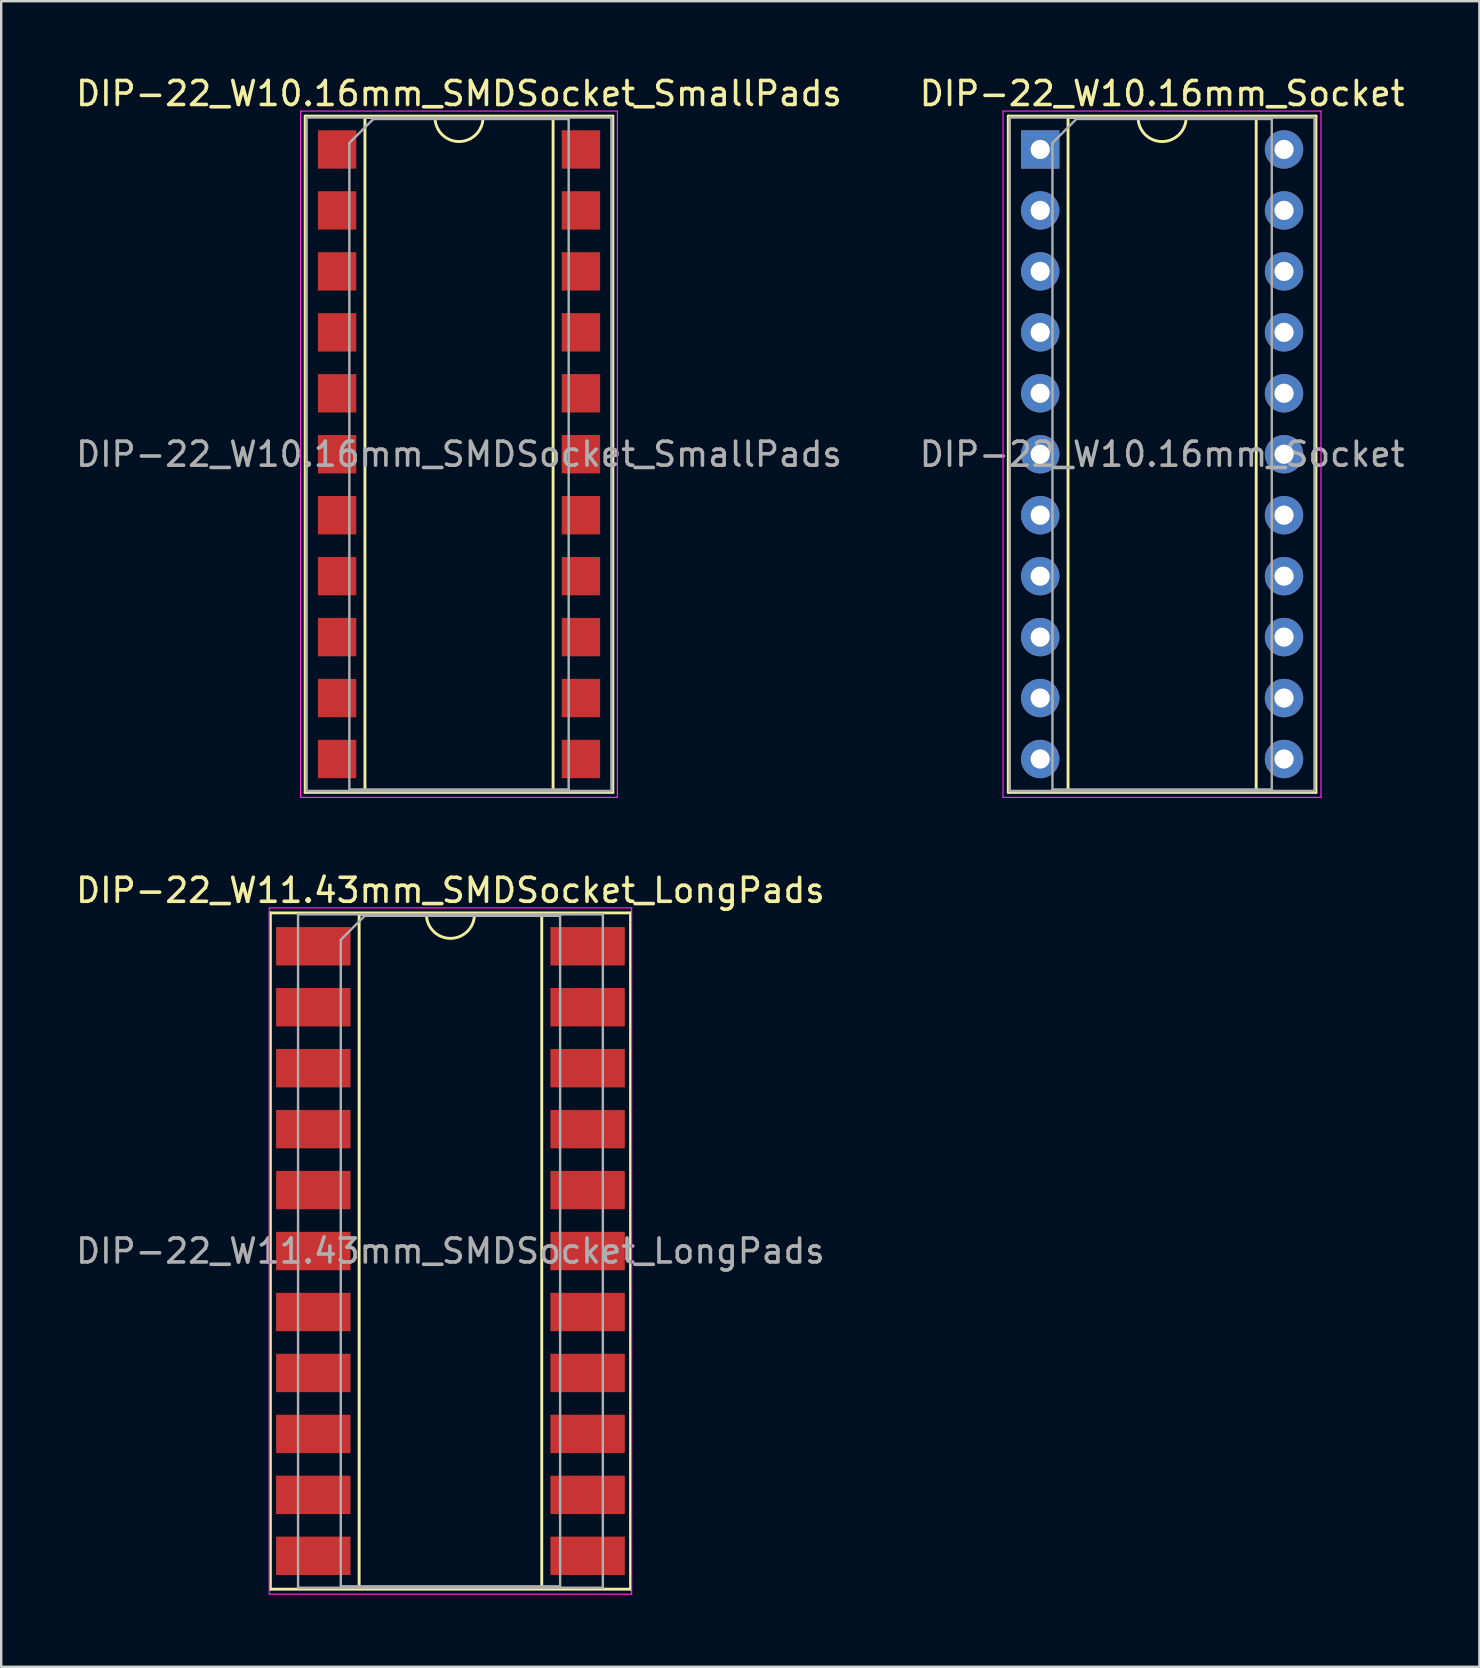
<source format=kicad_pcb>
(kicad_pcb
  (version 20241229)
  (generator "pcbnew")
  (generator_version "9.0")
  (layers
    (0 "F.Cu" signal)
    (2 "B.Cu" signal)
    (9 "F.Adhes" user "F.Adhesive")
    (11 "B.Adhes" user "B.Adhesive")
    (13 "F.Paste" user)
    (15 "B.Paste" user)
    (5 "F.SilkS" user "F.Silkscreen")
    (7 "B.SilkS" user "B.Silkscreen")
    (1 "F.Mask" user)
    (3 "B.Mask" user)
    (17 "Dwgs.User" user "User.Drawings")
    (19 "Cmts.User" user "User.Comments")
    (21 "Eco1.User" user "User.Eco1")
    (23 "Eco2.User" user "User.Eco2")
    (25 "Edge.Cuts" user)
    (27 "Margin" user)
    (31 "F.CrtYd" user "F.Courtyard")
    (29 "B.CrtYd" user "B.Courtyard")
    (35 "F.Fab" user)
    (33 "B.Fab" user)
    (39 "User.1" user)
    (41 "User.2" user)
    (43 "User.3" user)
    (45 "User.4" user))
  (footprint "DIP-22_W10.16mm_Socket"
    (layer "F.Cu")
    (at 40.295 3.178)
    (property "Reference" "DIP-22_W10.16mm_Socket" (at 5.08 -2.33 0) (layer "F.SilkS") (effects (font (size 1 1) (thickness 0.15))))
    (attr through_hole)
    (fp_line (start -1.33 -1.39) (end -1.33 26.79) (stroke (width 0.12) (type solid)) (layer "F.SilkS"))
    (fp_line (start -1.33 26.79) (end 11.49 26.79) (stroke (width 0.12) (type solid)) (layer "F.SilkS"))
    (fp_line (start 1.16 -1.33) (end 1.16 26.73) (stroke (width 0.12) (type solid)) (layer "F.SilkS"))
    (fp_line (start 1.16 26.73) (end 9 26.73) (stroke (width 0.12) (type solid)) (layer "F.SilkS"))
    (fp_line (start 4.08 -1.33) (end 1.16 -1.33) (stroke (width 0.12) (type solid)) (layer "F.SilkS"))
    (fp_line (start 9 -1.33) (end 6.08 -1.33) (stroke (width 0.12) (type solid)) (layer "F.SilkS"))
    (fp_line (start 9 26.73) (end 9 -1.33) (stroke (width 0.12) (type solid)) (layer "F.SilkS"))
    (fp_line (start 11.49 -1.39) (end -1.33 -1.39) (stroke (width 0.12) (type solid)) (layer "F.SilkS"))
    (fp_line (start 11.49 26.79) (end 11.49 -1.39) (stroke (width 0.12) (type solid)) (layer "F.SilkS"))
    (fp_arc (start 6.08 -1.33) (mid 5.08 -0.33) (end 4.08 -1.33) (stroke (width 0.12) (type solid)) (layer "F.SilkS"))
    (fp_line (start -1.55 -1.6) (end -1.55 27) (stroke (width 0.05) (type solid)) (layer "F.CrtYd"))
    (fp_line (start -1.55 27) (end 11.7 27) (stroke (width 0.05) (type solid)) (layer "F.CrtYd"))
    (fp_line (start 11.7 -1.6) (end -1.55 -1.6) (stroke (width 0.05) (type solid)) (layer "F.CrtYd"))
    (fp_line (start 11.7 27) (end 11.7 -1.6) (stroke (width 0.05) (type solid)) (layer "F.CrtYd"))
    (fp_line (start -1.27 -1.33) (end -1.27 26.73) (stroke (width 0.1) (type solid)) (layer "F.Fab"))
    (fp_line (start -1.27 26.73) (end 11.43 26.73) (stroke (width 0.1) (type solid)) (layer "F.Fab"))
    (fp_line (start 0.51 -0.27) (end 1.51 -1.27) (stroke (width 0.1) (type solid)) (layer "F.Fab"))
    (fp_line (start 0.51 26.67) (end 0.51 -0.27) (stroke (width 0.1) (type solid)) (layer "F.Fab"))
    (fp_line (start 1.51 -1.27) (end 9.65 -1.27) (stroke (width 0.1) (type solid)) (layer "F.Fab"))
    (fp_line (start 9.65 -1.27) (end 9.65 26.67) (stroke (width 0.1) (type solid)) (layer "F.Fab"))
    (fp_line (start 9.65 26.67) (end 0.51 26.67) (stroke (width 0.1) (type solid)) (layer "F.Fab"))
    (fp_line (start 11.43 -1.33) (end -1.27 -1.33) (stroke (width 0.1) (type solid)) (layer "F.Fab"))
    (fp_line (start 11.43 26.73) (end 11.43 -1.33) (stroke (width 0.1) (type solid)) (layer "F.Fab"))
    (fp_text user "${REFERENCE}" (at 5.08 12.7 0) (layer "F.Fab") (effects (font (size 1 1) (thickness 0.15))))
    (pad "1" thru_hole rect (at 0 0) (size 1.6 1.6) (drill 0.8) (layers "*.Cu" "*.Mask"))
    (pad "2" thru_hole oval (at 0 2.54) (size 1.6 1.6) (drill 0.8) (layers "*.Cu" "*.Mask"))
    (pad "3" thru_hole oval (at 0 5.08) (size 1.6 1.6) (drill 0.8) (layers "*.Cu" "*.Mask"))
    (pad "4" thru_hole oval (at 0 7.62) (size 1.6 1.6) (drill 0.8) (layers "*.Cu" "*.Mask"))
    (pad "5" thru_hole oval (at 0 10.16) (size 1.6 1.6) (drill 0.8) (layers "*.Cu" "*.Mask"))
    (pad "6" thru_hole oval (at 0 12.7) (size 1.6 1.6) (drill 0.8) (layers "*.Cu" "*.Mask"))
    (pad "7" thru_hole oval (at 0 15.24) (size 1.6 1.6) (drill 0.8) (layers "*.Cu" "*.Mask"))
    (pad "8" thru_hole oval (at 0 17.78) (size 1.6 1.6) (drill 0.8) (layers "*.Cu" "*.Mask"))
    (pad "9" thru_hole oval (at 0 20.32) (size 1.6 1.6) (drill 0.8) (layers "*.Cu" "*.Mask"))
    (pad "10" thru_hole oval (at 0 22.86) (size 1.6 1.6) (drill 0.8) (layers "*.Cu" "*.Mask"))
    (pad "11" thru_hole oval (at 0 25.4) (size 1.6 1.6) (drill 0.8) (layers "*.Cu" "*.Mask"))
    (pad "12" thru_hole oval (at 10.16 25.4) (size 1.6 1.6) (drill 0.8) (layers "*.Cu" "*.Mask"))
    (pad "13" thru_hole oval (at 10.16 22.86) (size 1.6 1.6) (drill 0.8) (layers "*.Cu" "*.Mask"))
    (pad "14" thru_hole oval (at 10.16 20.32) (size 1.6 1.6) (drill 0.8) (layers "*.Cu" "*.Mask"))
    (pad "15" thru_hole oval (at 10.16 17.78) (size 1.6 1.6) (drill 0.8) (layers "*.Cu" "*.Mask"))
    (pad "16" thru_hole oval (at 10.16 15.24) (size 1.6 1.6) (drill 0.8) (layers "*.Cu" "*.Mask"))
    (pad "17" thru_hole oval (at 10.16 12.7) (size 1.6 1.6) (drill 0.8) (layers "*.Cu" "*.Mask"))
    (pad "18" thru_hole oval (at 10.16 10.16) (size 1.6 1.6) (drill 0.8) (layers "*.Cu" "*.Mask"))
    (pad "19" thru_hole oval (at 10.16 7.62) (size 1.6 1.6) (drill 0.8) (layers "*.Cu" "*.Mask"))
    (pad "20" thru_hole oval (at 10.16 5.08) (size 1.6 1.6) (drill 0.8) (layers "*.Cu" "*.Mask"))
    (pad "21" thru_hole oval (at 10.16 2.54) (size 1.6 1.6) (drill 0.8) (layers "*.Cu" "*.Mask"))
    (pad "22" thru_hole oval (at 10.16 0) (size 1.6 1.6) (drill 0.8) (layers "*.Cu" "*.Mask")))
  (footprint "DIP-22_W10.16mm_SMDSocket_SmallPads"
    (layer "F.Cu")
    (at 16.077 15.878)
    (property "Reference" "DIP-22_W10.16mm_SMDSocket_SmallPads" (at 0 -15.03 0) (layer "F.SilkS") (effects (font (size 1 1) (thickness 0.15))))
    (attr smd)
    (fp_line (start -6.41 -14.09) (end -6.41 14.09) (stroke (width 0.12) (type solid)) (layer "F.SilkS"))
    (fp_line (start -6.41 14.09) (end 6.41 14.09) (stroke (width 0.12) (type solid)) (layer "F.SilkS"))
    (fp_line (start -3.92 -14.03) (end -3.92 14.03) (stroke (width 0.12) (type solid)) (layer "F.SilkS"))
    (fp_line (start -3.92 14.03) (end 3.92 14.03) (stroke (width 0.12) (type solid)) (layer "F.SilkS"))
    (fp_line (start -1 -14.03) (end -3.92 -14.03) (stroke (width 0.12) (type solid)) (layer "F.SilkS"))
    (fp_line (start 3.92 -14.03) (end 1 -14.03) (stroke (width 0.12) (type solid)) (layer "F.SilkS"))
    (fp_line (start 3.92 14.03) (end 3.92 -14.03) (stroke (width 0.12) (type solid)) (layer "F.SilkS"))
    (fp_line (start 6.41 -14.09) (end -6.41 -14.09) (stroke (width 0.12) (type solid)) (layer "F.SilkS"))
    (fp_line (start 6.41 14.09) (end 6.41 -14.09) (stroke (width 0.12) (type solid)) (layer "F.SilkS"))
    (fp_arc (start 1 -14.03) (mid 0 -13.03) (end -1 -14.03) (stroke (width 0.12) (type solid)) (layer "F.SilkS"))
    (fp_line (start -6.6 -14.3) (end -6.6 14.3) (stroke (width 0.05) (type solid)) (layer "F.CrtYd"))
    (fp_line (start -6.6 14.3) (end 6.6 14.3) (stroke (width 0.05) (type solid)) (layer "F.CrtYd"))
    (fp_line (start 6.6 -14.3) (end -6.6 -14.3) (stroke (width 0.05) (type solid)) (layer "F.CrtYd"))
    (fp_line (start 6.6 14.3) (end 6.6 -14.3) (stroke (width 0.05) (type solid)) (layer "F.CrtYd"))
    (fp_line (start -6.35 -14.03) (end -6.35 14.03) (stroke (width 0.1) (type solid)) (layer "F.Fab"))
    (fp_line (start -6.35 14.03) (end 6.35 14.03) (stroke (width 0.1) (type solid)) (layer "F.Fab"))
    (fp_line (start -4.57 -12.97) (end -3.57 -13.97) (stroke (width 0.1) (type solid)) (layer "F.Fab"))
    (fp_line (start -4.57 13.97) (end -4.57 -12.97) (stroke (width 0.1) (type solid)) (layer "F.Fab"))
    (fp_line (start -3.57 -13.97) (end 4.57 -13.97) (stroke (width 0.1) (type solid)) (layer "F.Fab"))
    (fp_line (start 4.57 -13.97) (end 4.57 13.97) (stroke (width 0.1) (type solid)) (layer "F.Fab"))
    (fp_line (start 4.57 13.97) (end -4.57 13.97) (stroke (width 0.1) (type solid)) (layer "F.Fab"))
    (fp_line (start 6.35 -14.03) (end -6.35 -14.03) (stroke (width 0.1) (type solid)) (layer "F.Fab"))
    (fp_line (start 6.35 14.03) (end 6.35 -14.03) (stroke (width 0.1) (type solid)) (layer "F.Fab"))
    (fp_text user "${REFERENCE}" (at 0 0 0) (layer "F.Fab") (effects (font (size 1 1) (thickness 0.15))))
    (pad "1" smd rect (at -5.08 -12.7) (size 1.6 1.6) (layers "F.Cu" "F.Mask" "F.Paste"))
    (pad "2" smd rect (at -5.08 -10.16) (size 1.6 1.6) (layers "F.Cu" "F.Mask" "F.Paste"))
    (pad "3" smd rect (at -5.08 -7.62) (size 1.6 1.6) (layers "F.Cu" "F.Mask" "F.Paste"))
    (pad "4" smd rect (at -5.08 -5.08) (size 1.6 1.6) (layers "F.Cu" "F.Mask" "F.Paste"))
    (pad "5" smd rect (at -5.08 -2.54) (size 1.6 1.6) (layers "F.Cu" "F.Mask" "F.Paste"))
    (pad "6" smd rect (at -5.08 0) (size 1.6 1.6) (layers "F.Cu" "F.Mask" "F.Paste"))
    (pad "7" smd rect (at -5.08 2.54) (size 1.6 1.6) (layers "F.Cu" "F.Mask" "F.Paste"))
    (pad "8" smd rect (at -5.08 5.08) (size 1.6 1.6) (layers "F.Cu" "F.Mask" "F.Paste"))
    (pad "9" smd rect (at -5.08 7.62) (size 1.6 1.6) (layers "F.Cu" "F.Mask" "F.Paste"))
    (pad "10" smd rect (at -5.08 10.16) (size 1.6 1.6) (layers "F.Cu" "F.Mask" "F.Paste"))
    (pad "11" smd rect (at -5.08 12.7) (size 1.6 1.6) (layers "F.Cu" "F.Mask" "F.Paste"))
    (pad "12" smd rect (at 5.08 12.7) (size 1.6 1.6) (layers "F.Cu" "F.Mask" "F.Paste"))
    (pad "13" smd rect (at 5.08 10.16) (size 1.6 1.6) (layers "F.Cu" "F.Mask" "F.Paste"))
    (pad "14" smd rect (at 5.08 7.62) (size 1.6 1.6) (layers "F.Cu" "F.Mask" "F.Paste"))
    (pad "15" smd rect (at 5.08 5.08) (size 1.6 1.6) (layers "F.Cu" "F.Mask" "F.Paste"))
    (pad "16" smd rect (at 5.08 2.54) (size 1.6 1.6) (layers "F.Cu" "F.Mask" "F.Paste"))
    (pad "17" smd rect (at 5.08 0) (size 1.6 1.6) (layers "F.Cu" "F.Mask" "F.Paste"))
    (pad "18" smd rect (at 5.08 -2.54) (size 1.6 1.6) (layers "F.Cu" "F.Mask" "F.Paste"))
    (pad "19" smd rect (at 5.08 -5.08) (size 1.6 1.6) (layers "F.Cu" "F.Mask" "F.Paste"))
    (pad "20" smd rect (at 5.08 -7.62) (size 1.6 1.6) (layers "F.Cu" "F.Mask" "F.Paste"))
    (pad "21" smd rect (at 5.08 -10.16) (size 1.6 1.6) (layers "F.Cu" "F.Mask" "F.Paste"))
    (pad "22" smd rect (at 5.08 -12.7) (size 1.6 1.6) (layers "F.Cu" "F.Mask" "F.Paste")))
  (footprint "DIP-22_W11.43mm_SMDSocket_LongPads"
    (layer "F.Cu")
    (at 15.72 49.081)
    (property "Reference" "DIP-22_W11.43mm_SMDSocket_LongPads" (at 0 -15.03 0) (layer "F.SilkS") (effects (font (size 1 1) (thickness 0.15))))
    (attr smd)
    (fp_line (start -7.505 -14.09) (end -7.505 14.09) (stroke (width 0.12) (type solid)) (layer "F.SilkS"))
    (fp_line (start -7.505 14.09) (end 7.505 14.09) (stroke (width 0.12) (type solid)) (layer "F.SilkS"))
    (fp_line (start -3.805 -14.03) (end -3.805 14.03) (stroke (width 0.12) (type solid)) (layer "F.SilkS"))
    (fp_line (start -3.805 14.03) (end 3.805 14.03) (stroke (width 0.12) (type solid)) (layer "F.SilkS"))
    (fp_line (start -1 -14.03) (end -3.805 -14.03) (stroke (width 0.12) (type solid)) (layer "F.SilkS"))
    (fp_line (start 3.805 -14.03) (end 1 -14.03) (stroke (width 0.12) (type solid)) (layer "F.SilkS"))
    (fp_line (start 3.805 14.03) (end 3.805 -14.03) (stroke (width 0.12) (type solid)) (layer "F.SilkS"))
    (fp_line (start 7.505 -14.09) (end -7.505 -14.09) (stroke (width 0.12) (type solid)) (layer "F.SilkS"))
    (fp_line (start 7.505 14.09) (end 7.505 -14.09) (stroke (width 0.12) (type solid)) (layer "F.SilkS"))
    (fp_arc (start 1 -14.03) (mid 0 -13.03) (end -1 -14.03) (stroke (width 0.12) (type solid)) (layer "F.SilkS"))
    (fp_line (start -7.55 -14.3) (end -7.55 14.3) (stroke (width 0.05) (type solid)) (layer "F.CrtYd"))
    (fp_line (start -7.55 14.3) (end 7.55 14.3) (stroke (width 0.05) (type solid)) (layer "F.CrtYd"))
    (fp_line (start 7.55 -14.3) (end -7.55 -14.3) (stroke (width 0.05) (type solid)) (layer "F.CrtYd"))
    (fp_line (start 7.55 14.3) (end 7.55 -14.3) (stroke (width 0.05) (type solid)) (layer "F.CrtYd"))
    (fp_line (start -6.35 -14.03) (end -6.35 14.03) (stroke (width 0.1) (type solid)) (layer "F.Fab"))
    (fp_line (start -6.35 14.03) (end 6.35 14.03) (stroke (width 0.1) (type solid)) (layer "F.Fab"))
    (fp_line (start -4.57 -12.97) (end -3.57 -13.97) (stroke (width 0.1) (type solid)) (layer "F.Fab"))
    (fp_line (start -4.57 13.97) (end -4.57 -12.97) (stroke (width 0.1) (type solid)) (layer "F.Fab"))
    (fp_line (start -3.57 -13.97) (end 4.57 -13.97) (stroke (width 0.1) (type solid)) (layer "F.Fab"))
    (fp_line (start 4.57 -13.97) (end 4.57 13.97) (stroke (width 0.1) (type solid)) (layer "F.Fab"))
    (fp_line (start 4.57 13.97) (end -4.57 13.97) (stroke (width 0.1) (type solid)) (layer "F.Fab"))
    (fp_line (start 6.35 -14.03) (end -6.35 -14.03) (stroke (width 0.1) (type solid)) (layer "F.Fab"))
    (fp_line (start 6.35 14.03) (end 6.35 -14.03) (stroke (width 0.1) (type solid)) (layer "F.Fab"))
    (fp_text user "${REFERENCE}" (at 0 0 0) (layer "F.Fab") (effects (font (size 1 1) (thickness 0.15))))
    (pad "1" smd rect (at -5.715 -12.7) (size 3.1 1.6) (layers "F.Cu" "F.Mask" "F.Paste"))
    (pad "2" smd rect (at -5.715 -10.16) (size 3.1 1.6) (layers "F.Cu" "F.Mask" "F.Paste"))
    (pad "3" smd rect (at -5.715 -7.62) (size 3.1 1.6) (layers "F.Cu" "F.Mask" "F.Paste"))
    (pad "4" smd rect (at -5.715 -5.08) (size 3.1 1.6) (layers "F.Cu" "F.Mask" "F.Paste"))
    (pad "5" smd rect (at -5.715 -2.54) (size 3.1 1.6) (layers "F.Cu" "F.Mask" "F.Paste"))
    (pad "6" smd rect (at -5.715 0) (size 3.1 1.6) (layers "F.Cu" "F.Mask" "F.Paste"))
    (pad "7" smd rect (at -5.715 2.54) (size 3.1 1.6) (layers "F.Cu" "F.Mask" "F.Paste"))
    (pad "8" smd rect (at -5.715 5.08) (size 3.1 1.6) (layers "F.Cu" "F.Mask" "F.Paste"))
    (pad "9" smd rect (at -5.715 7.62) (size 3.1 1.6) (layers "F.Cu" "F.Mask" "F.Paste"))
    (pad "10" smd rect (at -5.715 10.16) (size 3.1 1.6) (layers "F.Cu" "F.Mask" "F.Paste"))
    (pad "11" smd rect (at -5.715 12.7) (size 3.1 1.6) (layers "F.Cu" "F.Mask" "F.Paste"))
    (pad "12" smd rect (at 5.715 12.7) (size 3.1 1.6) (layers "F.Cu" "F.Mask" "F.Paste"))
    (pad "13" smd rect (at 5.715 10.16) (size 3.1 1.6) (layers "F.Cu" "F.Mask" "F.Paste"))
    (pad "14" smd rect (at 5.715 7.62) (size 3.1 1.6) (layers "F.Cu" "F.Mask" "F.Paste"))
    (pad "15" smd rect (at 5.715 5.08) (size 3.1 1.6) (layers "F.Cu" "F.Mask" "F.Paste"))
    (pad "16" smd rect (at 5.715 2.54) (size 3.1 1.6) (layers "F.Cu" "F.Mask" "F.Paste"))
    (pad "17" smd rect (at 5.715 0) (size 3.1 1.6) (layers "F.Cu" "F.Mask" "F.Paste"))
    (pad "18" smd rect (at 5.715 -2.54) (size 3.1 1.6) (layers "F.Cu" "F.Mask" "F.Paste"))
    (pad "19" smd rect (at 5.715 -5.08) (size 3.1 1.6) (layers "F.Cu" "F.Mask" "F.Paste"))
    (pad "20" smd rect (at 5.715 -7.62) (size 3.1 1.6) (layers "F.Cu" "F.Mask" "F.Paste"))
    (pad "21" smd rect (at 5.715 -10.16) (size 3.1 1.6) (layers "F.Cu" "F.Mask" "F.Paste"))
    (pad "22" smd rect (at 5.715 -12.7) (size 3.1 1.6) (layers "F.Cu" "F.Mask" "F.Paste")))
  (gr_rect
    (start -3 -3)
    (end 58.595 66.406)
    (stroke (width 0.1) (type default))
    (fill no)
    (layer "Edge.Cuts")))
</source>
